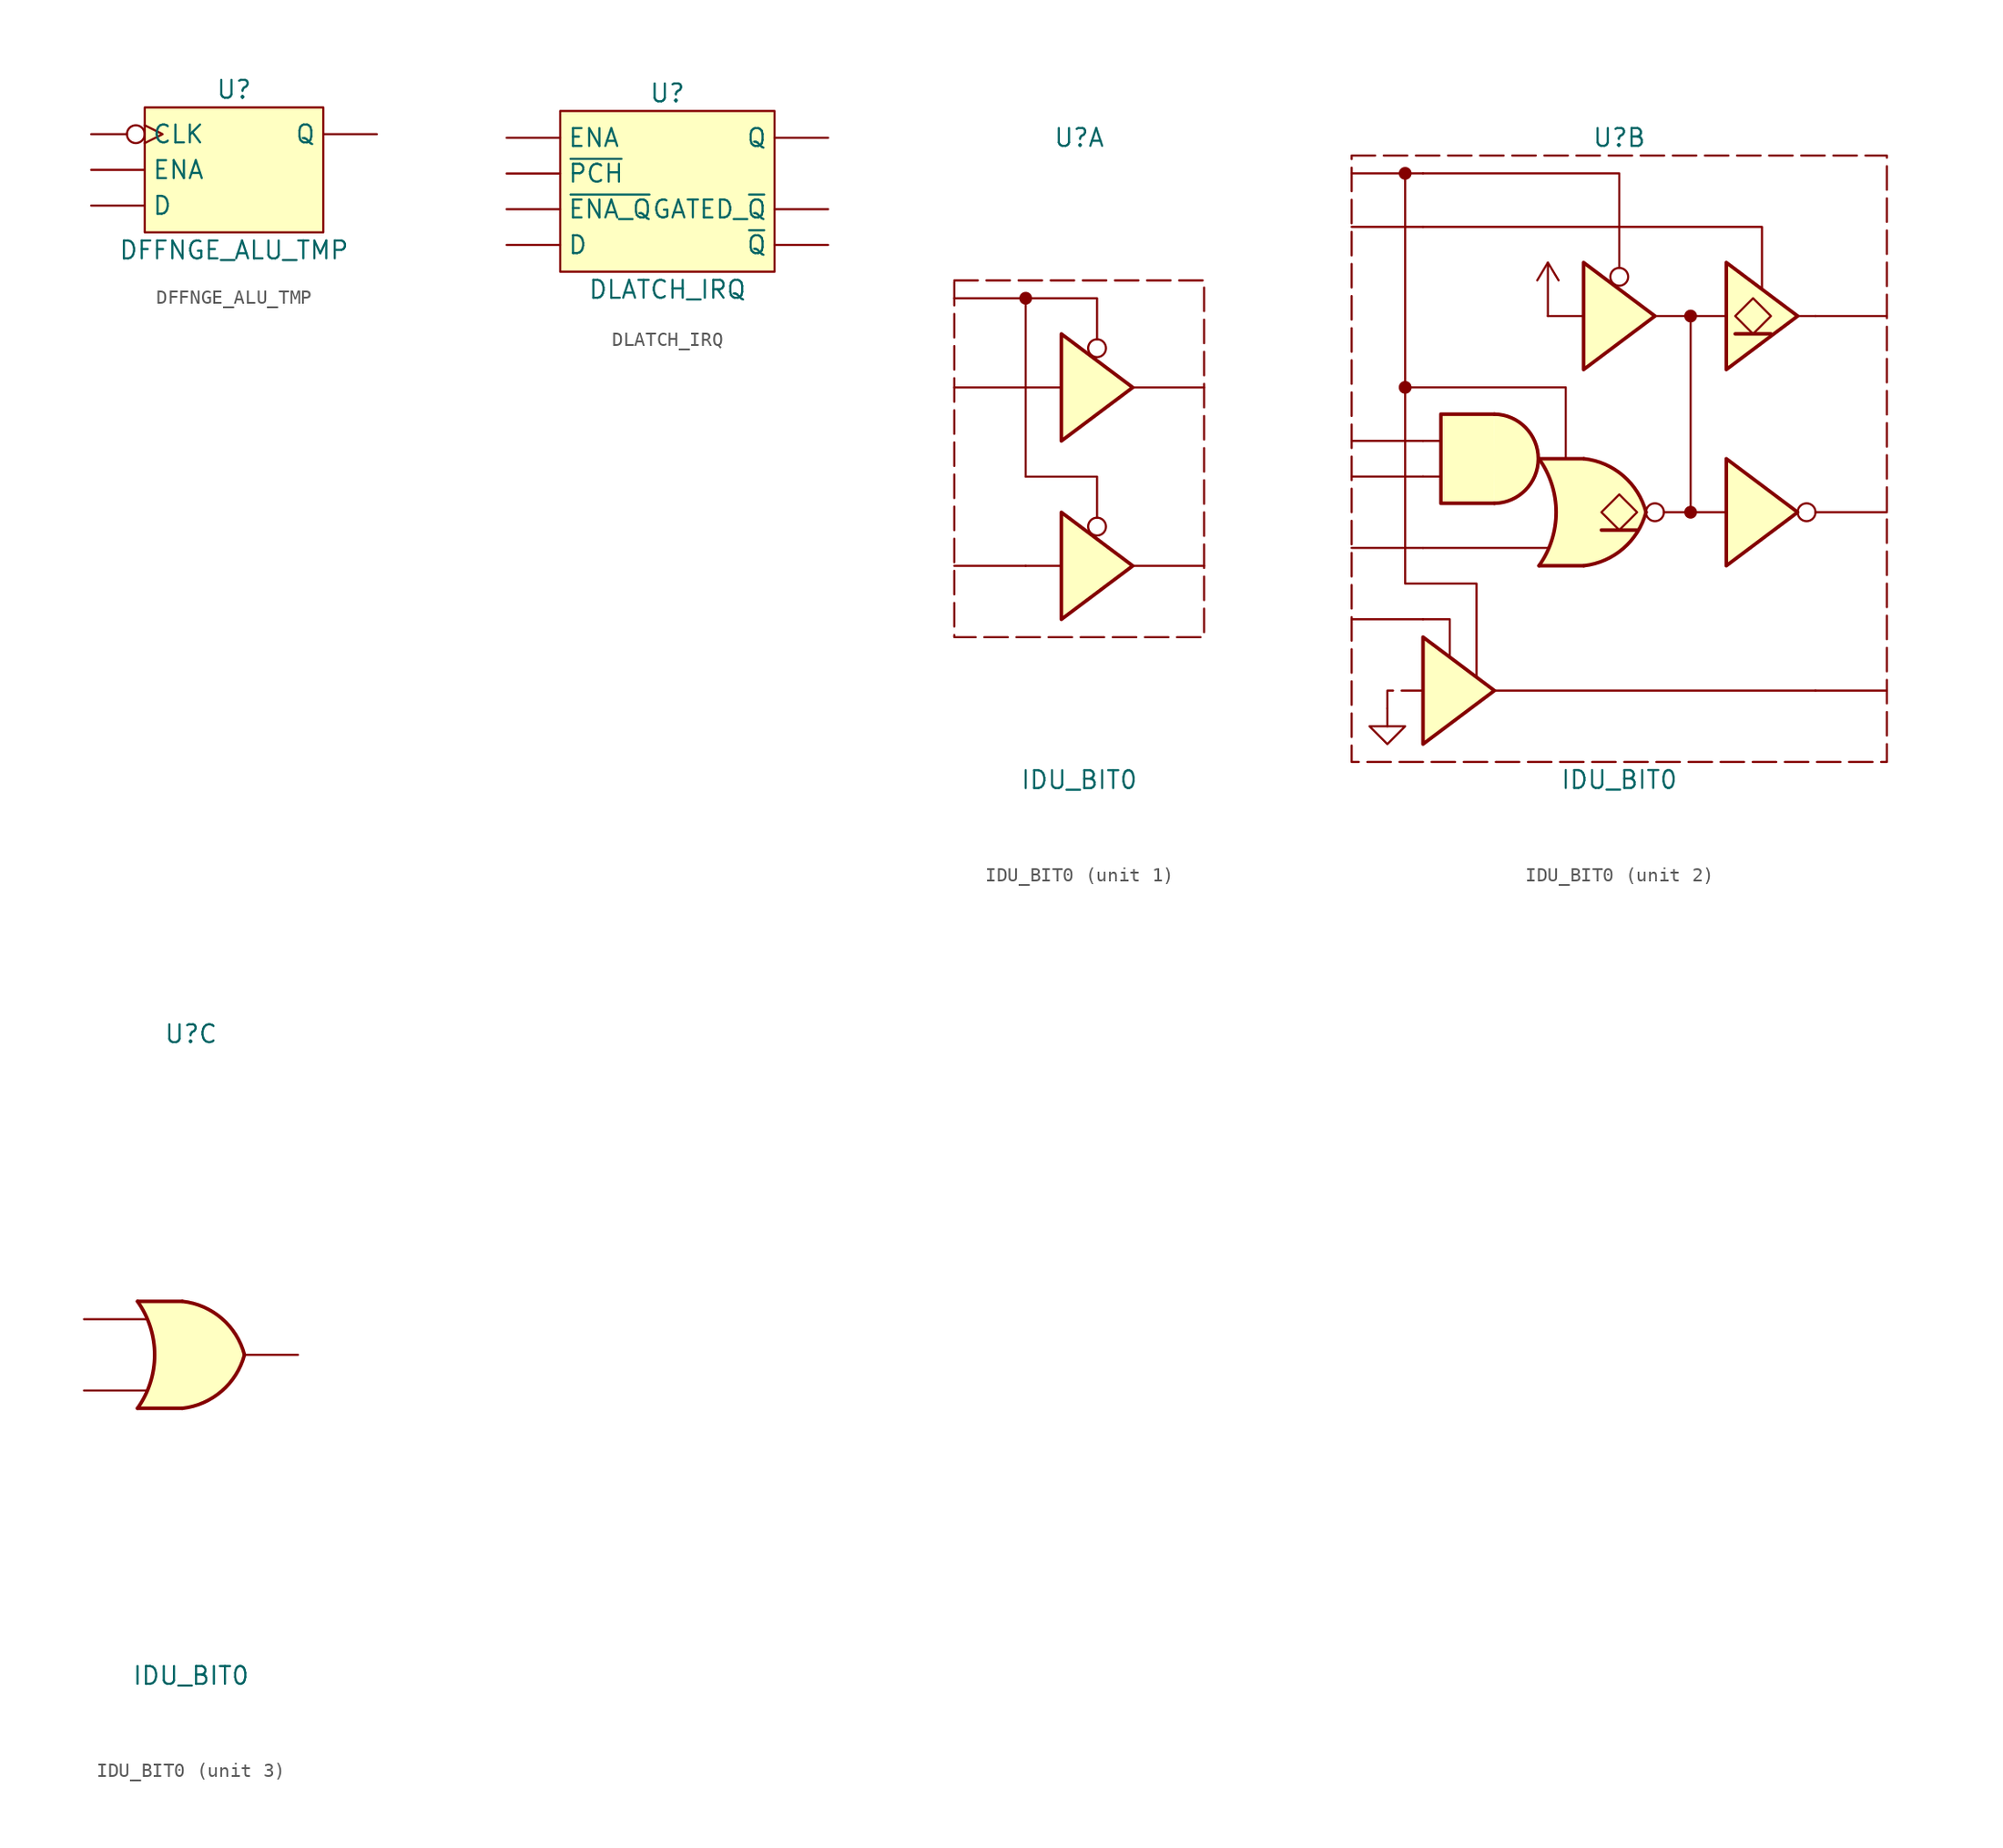
<source format=kicad_sym>
(kicad_symbol_lib
  (version 20231120)
  (generator "kicad_symbol_editor")
  (generator_version "8.0")
  (symbol "DFFNGE_ALU_TMP"
    (pin_numbers hide)
    (property "Reference" "U"
      (at 0 5.715 0)
      (effects (font (size 1.27 1.27))))
    (property "Value" "DFFNGE_ALU_TMP"
      (at 0 -5.715 0)
      (effects (font (size 1.27 1.27))))
    (symbol "DFFNGE_ALU_TMP_0_1"
      (rectangle (start -6.35 4.445) (end 6.35 -4.445) (stroke (width 0) (type default)) (fill (type background))))
    (symbol "DFFNGE_ALU_TMP_1_1"
      (pin input inverted_clock (at -10.16 2.54 0) (length 3.81) (name "CLK" (effects (font (size 1.27 1.27)))) (number "" (effects (font (size 1.27 1.27)))))
      (pin input line (at -10.16 -2.54 0) (length 3.81) (name "D" (effects (font (size 1.27 1.27)))) (number "" (effects (font (size 1.27 1.27)))))
      (pin input line (at -10.16 0 0) (length 3.81) (name "ENA" (effects (font (size 1.27 1.27)))) (number "" (effects (font (size 1.27 1.27)))))
      (pin output line (at 10.16 2.54 180) (length 3.81) (name "Q" (effects (font (size 1.27 1.27)))) (number "" (effects (font (size 1.27 1.27)))))
      (pin input line (at -10.16 0 0) (length 3.81) hide (name "~{ENA}" (effects (font (size 1.27 1.27)))) (number "" (effects (font (size 1.27 1.27)))))))
  (symbol "DLATCH_IRQ"
    (pin_numbers hide)
    (property "Reference" "U"
      (at 0 6.985 0)
      (effects (font (size 1.27 1.27))))
    (property "Value" "DLATCH_IRQ"
      (at 0 -6.985 0)
      (effects (font (size 1.27 1.27))))
    (symbol "DLATCH_IRQ_0_1"
      (rectangle (start -7.62 5.715) (end 7.62 -5.715) (stroke (width 0) (type default)) (fill (type background))))
    (symbol "DLATCH_IRQ_1_1"
      (pin input line (at -11.43 -3.81 0) (length 3.81) (name "D" (effects (font (size 1.27 1.27)))) (number "" (effects (font (size 1.27 1.27)))))
      (pin input line (at -11.43 3.81 0) (length 3.81) (name "ENA" (effects (font (size 1.27 1.27)))) (number "" (effects (font (size 1.27 1.27)))))
      (pin output line (at 11.43 -1.27 180) (length 3.81) (name "GATED_~{Q}" (effects (font (size 1.27 1.27)))) (number "" (effects (font (size 1.27 1.27)))))
      (pin output line (at 11.43 3.81 180) (length 3.81) (name "Q" (effects (font (size 1.27 1.27)))) (number "" (effects (font (size 1.27 1.27)))))
      (pin input line (at -11.43 -1.27 0) (length 3.81) (name "~{ENA_Q}" (effects (font (size 1.27 1.27)))) (number "" (effects (font (size 1.27 1.27)))))
      (pin input line (at -11.43 3.81 0) (length 3.81) hide (name "~{ENA}" (effects (font (size 1.27 1.27)))) (number "" (effects (font (size 1.27 1.27)))))
      (pin input line (at -11.43 1.27 0) (length 3.81) (name "~{PCH}" (effects (font (size 1.27 1.27)))) (number "" (effects (font (size 1.27 1.27)))))
      (pin output line (at 11.43 -3.81 180) (length 3.81) (name "~{Q}" (effects (font (size 1.27 1.27)))) (number "" (effects (font (size 1.27 1.27)))))))
  (symbol "IDU_BIT0"
    (pin_numbers hide)
    (pin_names
      (offset 0) hide)
    (property "Reference" "U"
      (at 0 22.86 0)
      (effects (font (size 1.27 1.27))))
    (property "Value" "IDU_BIT0"
      (at 0 -22.86 0)
      (effects (font (size 1.27 1.27))))
    (property "ki_locked" ""
      (at 0 0 0)
      (effects (font (size 1.27 1.27))))
    (symbol "IDU_BIT0_1_0"
      (polyline (pts (xy -1.27 -3.81) (xy -1.27 -11.43) (xy 3.81 -7.62) (xy -1.27 -3.81)) (stroke (width 0.254) (type default)) (fill (type background)))
      (polyline (pts (xy -1.27 8.89) (xy -1.27 1.27) (xy 3.81 5.08) (xy -1.27 8.89)) (stroke (width 0.254) (type default)) (fill (type background))))
    (symbol "IDU_BIT0_1_1"
      (rectangle (start -8.89 12.7) (end 8.89 -12.7) (stroke (width 0) (type dash)) (fill (type none)))
      (circle (center -3.81 11.43) (radius 0.381) (stroke (width 0) (type default)) (fill (type outline)))
      (polyline (pts (xy -3.81 -1.27) (xy -3.81 11.43)) (stroke (width 0) (type default)) (fill (type none)))
      (polyline (pts (xy -1.27 -7.62) (xy -3.81 -7.62)) (stroke (width 0) (type default)) (fill (type none)))
      (polyline (pts (xy -1.27 5.08) (xy -3.81 5.08)) (stroke (width 0) (type default)) (fill (type none)))
      (polyline (pts (xy 1.27 -4.191) (xy 1.27 -1.27) (xy -3.81 -1.27)) (stroke (width 0) (type default)) (fill (type none)))
      (polyline (pts (xy 1.27 8.509) (xy 1.27 11.43) (xy -3.81 11.43)) (stroke (width 0) (type default)) (fill (type none)))
      (circle (center 1.27 -4.826) (radius 0.635) (stroke (width 0) (type default)) (fill (type none)))
      (circle (center 1.27 7.874) (radius 0.635) (stroke (width 0) (type default)) (fill (type none)))
      (pin input line (at -8.89 5.08 0) (length 5.08) (name "BUF_A_IN" (effects (font (size 1.27 1.27)))) (number "" (effects (font (size 1.27 1.27)))))
      (pin tri_state line (at 8.89 5.08 180) (length 5.08) (name "BUF_A_Y" (effects (font (size 1.27 1.27)))) (number "" (effects (font (size 1.27 1.27)))))
      (pin input line (at -8.89 -7.62 0) (length 5.08) (name "BUF_B_IN" (effects (font (size 1.27 1.27)))) (number "" (effects (font (size 1.27 1.27)))))
      (pin tri_state line (at 8.89 -7.62 180) (length 5.08) (name "BUF_B_Y" (effects (font (size 1.27 1.27)))) (number "" (effects (font (size 1.27 1.27)))))
      (pin input line (at -8.89 11.43 0) (length 5.08) (name "BUF_~{ENA}" (effects (font (size 1.27 1.27)))) (number "" (effects (font (size 1.27 1.27))))))
    (symbol "IDU_BIT0_2_0"
      (polyline (pts (xy -13.97 -12.7) (xy -13.97 -20.32) (xy -8.89 -16.51) (xy -13.97 -12.7)) (stroke (width 0.254) (type default)) (fill (type background)))
      (polyline (pts (xy -2.54 13.97) (xy -2.54 6.35) (xy 2.54 10.16) (xy -2.54 13.97)) (stroke (width 0.254) (type default)) (fill (type background)))
      (polyline (pts (xy 7.62 0) (xy 7.62 -7.62) (xy 12.7 -3.81) (xy 7.62 0)) (stroke (width 0.254) (type default)) (fill (type background)))
      (polyline (pts (xy 7.62 13.97) (xy 7.62 6.35) (xy 12.7 10.16) (xy 7.62 13.97)) (stroke (width 0.254) (type default)) (fill (type background))))
    (symbol "IDU_BIT0_2_1"
      (rectangle (start -19.05 21.59) (end 19.05 -21.59) (stroke (width 0) (type dash)) (fill (type none)))
      (circle (center -15.24 5.08) (radius 0.381) (stroke (width 0) (type default)) (fill (type outline)))
      (circle (center -15.24 20.32) (radius 0.381) (stroke (width 0) (type default)) (fill (type outline)))
      (arc (start -8.89 -3.175) (mid -5.765 0) (end -8.89 3.175) (stroke (width 0.254) (type default)) (fill (type background)))
      (arc (start -5.7152 -7.62) (mid -4.4942 -3.81) (end -5.7152 0) (stroke (width 0.254) (type default)) (fill (type none)))
      (arc (start -2.5148 -7.62) (mid 0.2803 -6.394) (end 1.9048 -3.81) (stroke (width 0.254) (type default)) (fill (type background)))
      (polyline (pts (xy -16.51 -17.78) (xy -16.51 -19.05)) (stroke (width 0) (type default)) (fill (type none)))
      (polyline (pts (xy -13.97 -6.35) (xy -5.08 -6.35)) (stroke (width 0) (type default)) (fill (type none)))
      (polyline (pts (xy -13.97 -1.27) (xy -12.7 -1.27)) (stroke (width 0) (type default)) (fill (type none)))
      (polyline (pts (xy -13.97 1.27) (xy -12.7 1.27)) (stroke (width 0) (type default)) (fill (type none)))
      (polyline (pts (xy -8.89 -16.51) (xy 13.97 -16.51)) (stroke (width 0) (type default)) (fill (type none)))
      (polyline (pts (xy -5.715 -7.62) (xy -2.54 -7.62)) (stroke (width 0.254) (type default)) (fill (type background)))
      (polyline (pts (xy -5.715 0) (xy -2.54 0)) (stroke (width 0.254) (type default)) (fill (type background)))
      (polyline (pts (xy -5.08 10.16) (xy -5.08 13.97)) (stroke (width 0) (type default)) (fill (type none)))
      (polyline (pts (xy -2.54 10.16) (xy -5.08 10.16)) (stroke (width 0) (type default)) (fill (type none)))
      (polyline (pts (xy -1.27 -5.08) (xy 1.27 -5.08)) (stroke (width 0.254) (type default)) (fill (type none)))
      (polyline (pts (xy 2.54 10.16) (xy 7.62 10.16)) (stroke (width 0) (type default)) (fill (type none)))
      (polyline (pts (xy 5.08 -3.81) (xy 5.08 10.16)) (stroke (width 0) (type default)) (fill (type none)))
      (polyline (pts (xy 7.62 -3.81) (xy 3.175 -3.81)) (stroke (width 0) (type default)) (fill (type none)))
      (polyline (pts (xy 8.255 8.89) (xy 10.795 8.89)) (stroke (width 0.254) (type default)) (fill (type none)))
      (polyline (pts (xy 12.7 10.16) (xy 13.97 10.16)) (stroke (width 0) (type default)) (fill (type none)))
      (polyline (pts (xy -16.51 -17.78) (xy -16.51 -16.51) (xy -13.97 -16.51)) (stroke (width 0) (type default)) (fill (type none)))
      (polyline (pts (xy -13.97 -11.43) (xy -12.065 -11.43) (xy -12.065 -14.097)) (stroke (width 0) (type default)) (fill (type none)))
      (polyline (pts (xy -5.842 12.7) (xy -5.08 13.97) (xy -4.318 12.7)) (stroke (width 0) (type default)) (fill (type none)))
      (polyline (pts (xy 0 13.589) (xy 0 20.32) (xy -13.97 20.32)) (stroke (width 0) (type default)) (fill (type none)))
      (polyline (pts (xy 10.16 12.065) (xy 10.16 16.51) (xy -13.97 16.51)) (stroke (width 0) (type default)) (fill (type none)))
      (polyline (pts (xy -15.24 -19.05) (xy -17.78 -19.05) (xy -16.51 -20.32) (xy -15.24 -19.05)) (stroke (width 0) (type default)) (fill (type none)))
      (polyline (pts (xy -10.16 -15.494) (xy -10.16 -8.89) (xy -15.24 -8.89) (xy -15.24 5.08)) (stroke (width 0) (type default)) (fill (type none)))
      (polyline (pts (xy -8.89 3.175) (xy -12.7 3.175) (xy -12.7 -3.175) (xy -8.89 -3.175)) (stroke (width 0.254) (type default)) (fill (type background)))
      (polyline (pts (xy -3.81 0) (xy -3.81 5.08) (xy -15.24 5.08) (xy -15.24 20.32)) (stroke (width 0) (type default)) (fill (type none)))
      (polyline (pts (xy 1.27 -3.81) (xy 0 -2.54) (xy -1.27 -3.81) (xy 0 -5.08) (xy 1.27 -3.81)) (stroke (width 0) (type default)) (fill (type none)))
      (polyline (pts (xy 10.795 10.16) (xy 9.525 11.43) (xy 8.255 10.16) (xy 9.525 8.89) (xy 10.795 10.16)) (stroke (width 0) (type default)) (fill (type none)))
      (polyline (pts (xy -2.54 0) (xy -5.715 0) (xy -5.715 0) (xy -5.461 -0.406) (xy -4.928 -1.549) (xy -4.597 -2.769) (xy -4.521 -4.064) (xy -4.674 -5.309) (xy -5.08 -6.528) (xy -5.715 -7.62) (xy -5.715 -7.62) (xy -2.54 -7.62)) (stroke (width -25.4) (type default)) (fill (type background)))
      (circle (center 0 12.954) (radius 0.635) (stroke (width 0) (type default)) (fill (type none)))
      (arc (start 1.9048 -3.81) (mid 0.2876 -1.2175) (end -2.5148 0) (stroke (width 0.254) (type default)) (fill (type background)))
      (circle (center 2.54 -3.81) (radius 0.635) (stroke (width 0) (type default)) (fill (type none)))
      (circle (center 5.08 -3.81) (radius 0.381) (stroke (width 0) (type default)) (fill (type outline)))
      (circle (center 5.08 10.16) (radius 0.381) (stroke (width 0) (type default)) (fill (type outline)))
      (circle (center 13.335 -3.81) (radius 0.635) (stroke (width 0) (type default)) (fill (type none)))
      (pin input line (at -19.05 16.51 0) (length 5.08) (name "AOI_BUF_ENA" (effects (font (size 1.27 1.27)))) (number "" (effects (font (size 1.27 1.27)))))
      (pin tri_state line (at 19.05 10.16 180) (length 5.08) (name "AOI_BUF_Y" (effects (font (size 1.27 1.27)))) (number "" (effects (font (size 1.27 1.27)))))
      (pin input line (at -19.05 1.27 0) (length 5.08) (name "AOI_IN1" (effects (font (size 1.27 1.27)))) (number "" (effects (font (size 1.27 1.27)))))
      (pin input line (at -19.05 -1.27 0) (length 5.08) (name "AOI_IN2" (effects (font (size 1.27 1.27)))) (number "" (effects (font (size 1.27 1.27)))))
      (pin input line (at -19.05 -6.35 0) (length 5.08) (name "AOI_IN3" (effects (font (size 1.27 1.27)))) (number "" (effects (font (size 1.27 1.27)))))
      (pin output line (at 19.05 -3.81 180) (length 5.08) (name "AOI_~{Y}" (effects (font (size 1.27 1.27)))) (number "" (effects (font (size 1.27 1.27)))))
      (pin input line (at -19.05 -11.43 0) (length 5.08) (name "ZERO_ENA" (effects (font (size 1.27 1.27)))) (number "" (effects (font (size 1.27 1.27)))))
      (pin tri_state line (at 19.05 -16.51 180) (length 5.08) (name "ZERO_Y" (effects (font (size 1.27 1.27)))) (number "" (effects (font (size 1.27 1.27)))))
      (pin input line (at -19.05 20.32 0) (length 5.08) (name "~{PCH}" (effects (font (size 1.27 1.27)))) (number "" (effects (font (size 1.27 1.27))))))
    (symbol "IDU_BIT0_3_1"
      (arc (start -3.8102 -3.81) (mid -2.5892 0) (end -3.8102 3.81) (stroke (width 0.254) (type default)) (fill (type none)))
      (arc (start -0.6098 -3.81) (mid 2.1853 -2.584) (end 3.8098 0) (stroke (width 0.254) (type default)) (fill (type background)))
      (polyline (pts (xy -3.81 -3.81) (xy -0.635 -3.81)) (stroke (width 0.254) (type default)) (fill (type background)))
      (polyline (pts (xy -3.81 3.81) (xy -0.635 3.81)) (stroke (width 0.254) (type default)) (fill (type background)))
      (polyline (pts (xy -0.635 3.81) (xy -3.81 3.81) (xy -3.81 3.81) (xy -3.556 3.404) (xy -3.023 2.261) (xy -2.693 1.041) (xy -2.616 -0.254) (xy -2.769 -1.499) (xy -3.175 -2.718) (xy -3.81 -3.81) (xy -3.81 -3.81) (xy -0.635 -3.81)) (stroke (width -25.4) (type default)) (fill (type background)))
      (arc (start 3.8098 0) (mid 2.1926 2.5925) (end -0.6098 3.81) (stroke (width 0.254) (type default)) (fill (type background)))
      (pin input line (at -7.62 2.54 0) (length 4.4) (name "OR_IN1" (effects (font (size 1.27 1.27)))) (number "" (effects (font (size 1.27 1.27)))))
      (pin input line (at -7.62 -2.54 0) (length 4.4) (name "OR_IN2" (effects (font (size 1.27 1.27)))) (number "" (effects (font (size 1.27 1.27)))))
      (pin output line (at 7.62 0 180) (length 3.81) (name "OR_Y" (effects (font (size 1.27 1.27)))) (number "" (effects (font (size 0 0))))))))
</source>
